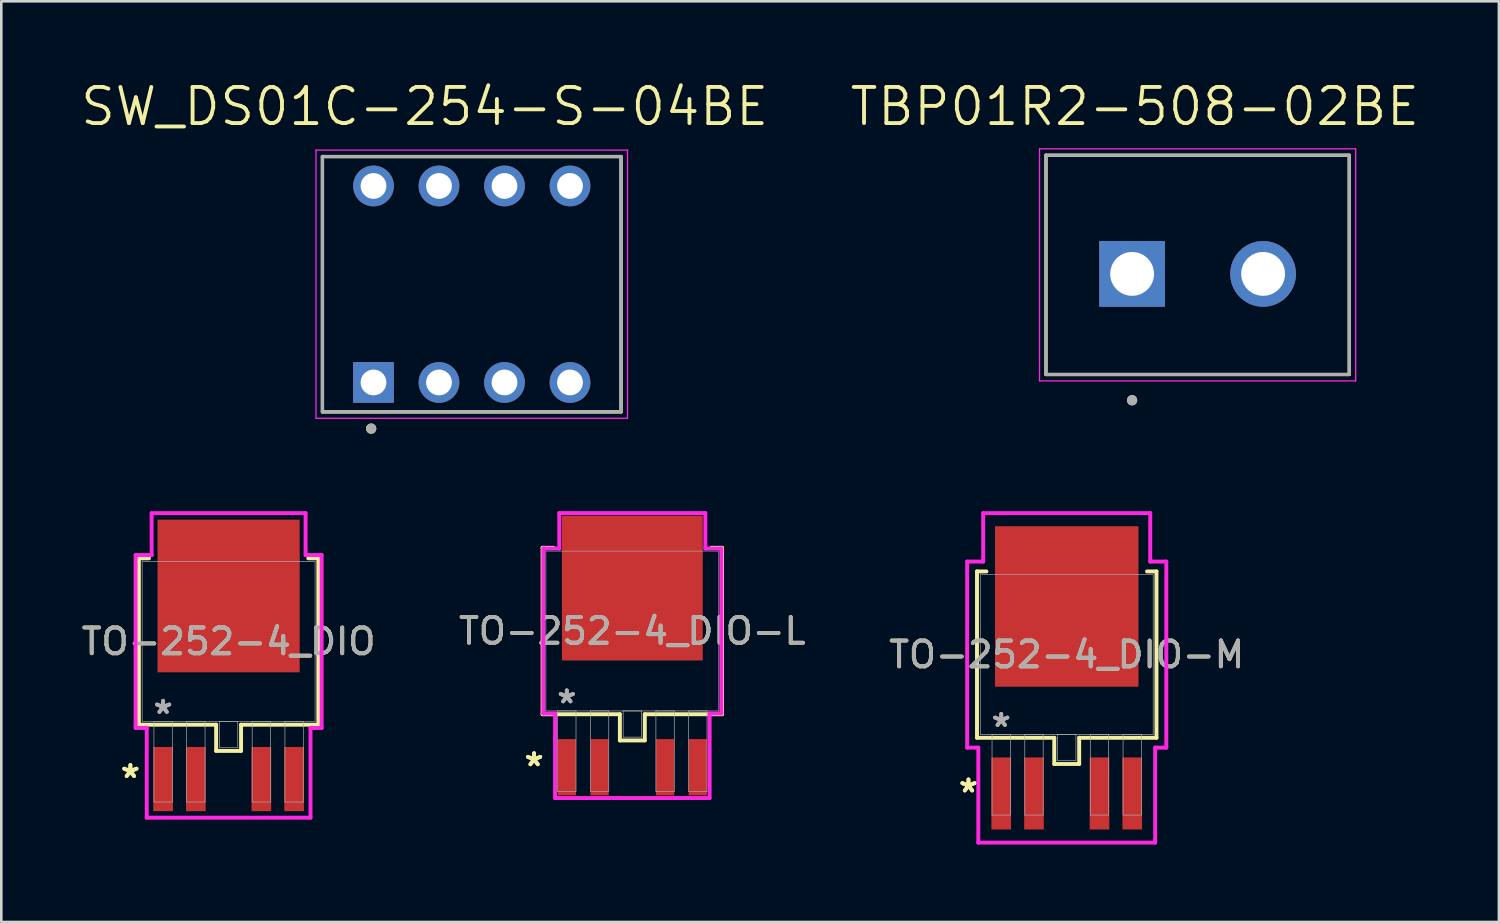
<source format=kicad_pcb>
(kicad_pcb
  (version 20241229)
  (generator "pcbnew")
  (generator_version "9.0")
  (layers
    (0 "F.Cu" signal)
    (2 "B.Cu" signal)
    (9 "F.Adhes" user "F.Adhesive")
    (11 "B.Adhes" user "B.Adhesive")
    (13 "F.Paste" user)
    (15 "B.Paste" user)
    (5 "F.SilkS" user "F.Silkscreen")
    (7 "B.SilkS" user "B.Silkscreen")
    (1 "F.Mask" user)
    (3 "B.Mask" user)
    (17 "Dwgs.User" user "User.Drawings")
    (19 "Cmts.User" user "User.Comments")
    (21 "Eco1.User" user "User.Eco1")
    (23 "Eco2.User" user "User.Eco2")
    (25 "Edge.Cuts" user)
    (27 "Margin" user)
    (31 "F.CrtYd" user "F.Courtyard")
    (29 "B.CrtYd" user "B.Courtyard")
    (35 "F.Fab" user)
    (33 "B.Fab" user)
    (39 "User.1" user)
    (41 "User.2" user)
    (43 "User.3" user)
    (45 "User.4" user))
  (footprint "TO-252-4_DIO-L"
    (layer "F.Cu")
    (at 21.47 21.419)
    (property "Reference" "TO-252-4_DIO-L" (at 0 0 0) (unlocked yes) (layer "F.SilkS") (effects (font (size 1 1) (thickness 0.15))))
    (attr smd)
    (fp_line (start -3.48 -3.226) (end -3.48 3.226) (stroke (width 0.152) (type solid)) (layer "F.SilkS"))
    (fp_line (start -3.48 3.226) (end -0.483 3.226) (stroke (width 0.152) (type solid)) (layer "F.SilkS"))
    (fp_line (start -3.063 -3.226) (end -3.48 -3.226) (stroke (width 0.152) (type solid)) (layer "F.SilkS"))
    (fp_line (start -0.483 3.226) (end -0.483 4.242) (stroke (width 0.152) (type solid)) (layer "F.SilkS"))
    (fp_line (start -0.483 4.242) (end 0.483 4.242) (stroke (width 0.152) (type solid)) (layer "F.SilkS"))
    (fp_line (start 0.483 3.226) (end 3.48 3.226) (stroke (width 0.152) (type solid)) (layer "F.SilkS"))
    (fp_line (start 0.483 4.242) (end 0.483 3.226) (stroke (width 0.152) (type solid)) (layer "F.SilkS"))
    (fp_line (start 3.48 -3.226) (end 3.063 -3.226) (stroke (width 0.152) (type solid)) (layer "F.SilkS"))
    (fp_line (start 3.48 3.226) (end 3.48 -3.226) (stroke (width 0.152) (type solid)) (layer "F.SilkS"))
    (fp_line (start -3.454 -3.2) (end -2.832 -3.2) (stroke (width 0.152) (type solid)) (layer "F.CrtYd"))
    (fp_line (start -3.454 3.2) (end -3.454 -3.2) (stroke (width 0.152) (type solid)) (layer "F.CrtYd"))
    (fp_line (start -2.997 3.2) (end -3.454 3.2) (stroke (width 0.152) (type solid)) (layer "F.CrtYd"))
    (fp_line (start -2.997 6.477) (end -2.997 3.2) (stroke (width 0.152) (type solid)) (layer "F.CrtYd"))
    (fp_line (start -2.832 -4.572) (end 2.832 -4.572) (stroke (width 0.152) (type solid)) (layer "F.CrtYd"))
    (fp_line (start -2.832 -3.2) (end -2.832 -4.572) (stroke (width 0.152) (type solid)) (layer "F.CrtYd"))
    (fp_line (start 2.832 -4.572) (end 2.832 -3.2) (stroke (width 0.152) (type solid)) (layer "F.CrtYd"))
    (fp_line (start 2.832 -3.2) (end 3.454 -3.2) (stroke (width 0.152) (type solid)) (layer "F.CrtYd"))
    (fp_line (start 2.997 3.2) (end 2.997 6.477) (stroke (width 0.152) (type solid)) (layer "F.CrtYd"))
    (fp_line (start 2.997 6.477) (end -2.997 6.477) (stroke (width 0.152) (type solid)) (layer "F.CrtYd"))
    (fp_line (start 3.454 -3.2) (end 3.454 3.2) (stroke (width 0.152) (type solid)) (layer "F.CrtYd"))
    (fp_line (start 3.454 3.2) (end 2.997 3.2) (stroke (width 0.152) (type solid)) (layer "F.CrtYd"))
    (fp_line (start -3.353 -3.099) (end -3.353 3.099) (stroke (width 0.025) (type solid)) (layer "F.Fab"))
    (fp_line (start -3.353 3.099) (end 3.353 3.099) (stroke (width 0.025) (type solid)) (layer "F.Fab"))
    (fp_line (start -2.896 3.099) (end -2.896 6.223) (stroke (width 0.025) (type solid)) (layer "F.Fab"))
    (fp_line (start -2.896 6.223) (end -2.184 6.223) (stroke (width 0.025) (type solid)) (layer "F.Fab"))
    (fp_line (start -2.184 3.099) (end -2.896 3.099) (stroke (width 0.025) (type solid)) (layer "F.Fab"))
    (fp_line (start -2.184 6.223) (end -2.184 3.099) (stroke (width 0.025) (type solid)) (layer "F.Fab"))
    (fp_line (start -1.626 3.099) (end -1.626 6.223) (stroke (width 0.025) (type solid)) (layer "F.Fab"))
    (fp_line (start -1.626 6.223) (end -0.914 6.223) (stroke (width 0.025) (type solid)) (layer "F.Fab"))
    (fp_line (start -0.914 3.099) (end -1.626 3.099) (stroke (width 0.025) (type solid)) (layer "F.Fab"))
    (fp_line (start -0.914 6.223) (end -0.914 3.099) (stroke (width 0.025) (type solid)) (layer "F.Fab"))
    (fp_line (start -0.356 3.099) (end -0.356 4.115) (stroke (width 0.025) (type solid)) (layer "F.Fab"))
    (fp_line (start -0.356 4.115) (end 0.356 4.115) (stroke (width 0.025) (type solid)) (layer "F.Fab"))
    (fp_line (start 0.356 3.099) (end -0.356 3.099) (stroke (width 0.025) (type solid)) (layer "F.Fab"))
    (fp_line (start 0.356 4.115) (end 0.356 3.099) (stroke (width 0.025) (type solid)) (layer "F.Fab"))
    (fp_line (start 0.914 3.099) (end 0.914 6.223) (stroke (width 0.025) (type solid)) (layer "F.Fab"))
    (fp_line (start 0.914 6.223) (end 1.626 6.223) (stroke (width 0.025) (type solid)) (layer "F.Fab"))
    (fp_line (start 1.626 3.099) (end 0.914 3.099) (stroke (width 0.025) (type solid)) (layer "F.Fab"))
    (fp_line (start 1.626 6.223) (end 1.626 3.099) (stroke (width 0.025) (type solid)) (layer "F.Fab"))
    (fp_line (start 2.184 3.099) (end 2.184 6.223) (stroke (width 0.025) (type solid)) (layer "F.Fab"))
    (fp_line (start 2.184 6.223) (end 2.896 6.223) (stroke (width 0.025) (type solid)) (layer "F.Fab"))
    (fp_line (start 2.896 3.099) (end 2.184 3.099) (stroke (width 0.025) (type solid)) (layer "F.Fab"))
    (fp_line (start 2.896 6.223) (end 2.896 3.099) (stroke (width 0.025) (type solid)) (layer "F.Fab"))
    (fp_line (start 3.353 -3.099) (end -3.353 -3.099) (stroke (width 0.025) (type solid)) (layer "F.Fab"))
    (fp_line (start 3.353 3.099) (end 3.353 -3.099) (stroke (width 0.025) (type solid)) (layer "F.Fab"))
    (fp_text user "*" (at -3.81 5.283 0) (layer "F.SilkS") (effects (font (size 1 1) (thickness 0.15))))
    (fp_text user "*" (at -3.81 5.283 0) (unlocked yes) (layer "F.SilkS") (effects (font (size 1 1) (thickness 0.15))))
    (fp_text user "*" (at -2.54 2.845 0) (layer "F.Fab") (effects (font (size 1 1) (thickness 0.15))))
    (fp_text user "${REFERENCE}" (at 0 0 0) (unlocked yes) (layer "F.Fab") (effects (font (size 1 1) (thickness 0.15))))
    (fp_text user "*" (at -2.54 2.845 0) (unlocked yes) (layer "F.Fab") (effects (font (size 1 1) (thickness 0.15))))
    (pad "1" smd rect (at -2.54 5.283) (size 0.711 2.184) (layers "F.Cu" "F.Mask" "F.Paste"))
    (pad "2" smd rect (at -1.27 5.283) (size 0.711 2.184) (layers "F.Cu" "F.Mask" "F.Paste"))
    (pad "3" smd rect (at 0 -1.664) (size 5.461 5.613) (layers "F.Cu" "F.Mask" "F.Paste"))
    (pad "4" smd rect (at 1.27 5.283) (size 0.711 2.184) (layers "F.Cu" "F.Mask" "F.Paste"))
    (pad "5" smd rect (at 2.54 5.283) (size 0.711 2.184) (layers "F.Cu" "F.Mask" "F.Paste")))
  (footprint "TO-252-4_DIO-M"
    (layer "F.Cu")
    (at 38.315 22.334)
    (property "Reference" "TO-252-4_DIO-M" (at 0 0 0) (unlocked yes) (layer "F.SilkS") (effects (font (size 1 1) (thickness 0.15))))
    (attr smd)
    (fp_line (start -3.48 -3.226) (end -3.48 3.226) (stroke (width 0.152) (type solid)) (layer "F.SilkS"))
    (fp_line (start -3.48 3.226) (end -0.483 3.226) (stroke (width 0.152) (type solid)) (layer "F.SilkS"))
    (fp_line (start -3.114 -3.226) (end -3.48 -3.226) (stroke (width 0.152) (type solid)) (layer "F.SilkS"))
    (fp_line (start -0.483 3.226) (end -0.483 4.242) (stroke (width 0.152) (type solid)) (layer "F.SilkS"))
    (fp_line (start -0.483 4.242) (end 0.483 4.242) (stroke (width 0.152) (type solid)) (layer "F.SilkS"))
    (fp_line (start 0.483 3.226) (end 3.48 3.226) (stroke (width 0.152) (type solid)) (layer "F.SilkS"))
    (fp_line (start 0.483 4.242) (end 0.483 3.226) (stroke (width 0.152) (type solid)) (layer "F.SilkS"))
    (fp_line (start 3.48 -3.226) (end 3.114 -3.226) (stroke (width 0.152) (type solid)) (layer "F.SilkS"))
    (fp_line (start 3.48 3.226) (end 3.48 -3.226) (stroke (width 0.152) (type solid)) (layer "F.SilkS"))
    (fp_line (start -3.861 -3.607) (end -3.239 -3.607) (stroke (width 0.152) (type solid)) (layer "F.CrtYd"))
    (fp_line (start -3.861 3.607) (end -3.861 -3.607) (stroke (width 0.152) (type solid)) (layer "F.CrtYd"))
    (fp_line (start -3.429 3.607) (end -3.861 3.607) (stroke (width 0.152) (type solid)) (layer "F.CrtYd"))
    (fp_line (start -3.429 7.29) (end -3.429 3.607) (stroke (width 0.152) (type solid)) (layer "F.CrtYd"))
    (fp_line (start -3.239 -5.486) (end 3.239 -5.486) (stroke (width 0.152) (type solid)) (layer "F.CrtYd"))
    (fp_line (start -3.239 -3.607) (end -3.239 -5.486) (stroke (width 0.152) (type solid)) (layer "F.CrtYd"))
    (fp_line (start 3.239 -5.486) (end 3.239 -3.607) (stroke (width 0.152) (type solid)) (layer "F.CrtYd"))
    (fp_line (start 3.239 -3.607) (end 3.861 -3.607) (stroke (width 0.152) (type solid)) (layer "F.CrtYd"))
    (fp_line (start 3.429 3.607) (end 3.429 7.29) (stroke (width 0.152) (type solid)) (layer "F.CrtYd"))
    (fp_line (start 3.429 7.29) (end -3.429 7.29) (stroke (width 0.152) (type solid)) (layer "F.CrtYd"))
    (fp_line (start 3.861 -3.607) (end 3.861 3.607) (stroke (width 0.152) (type solid)) (layer "F.CrtYd"))
    (fp_line (start 3.861 3.607) (end 3.429 3.607) (stroke (width 0.152) (type solid)) (layer "F.CrtYd"))
    (fp_line (start -3.353 -3.099) (end -3.353 3.099) (stroke (width 0.025) (type solid)) (layer "F.Fab"))
    (fp_line (start -3.353 3.099) (end 3.353 3.099) (stroke (width 0.025) (type solid)) (layer "F.Fab"))
    (fp_line (start -2.896 3.099) (end -2.896 6.223) (stroke (width 0.025) (type solid)) (layer "F.Fab"))
    (fp_line (start -2.896 6.223) (end -2.184 6.223) (stroke (width 0.025) (type solid)) (layer "F.Fab"))
    (fp_line (start -2.184 3.099) (end -2.896 3.099) (stroke (width 0.025) (type solid)) (layer "F.Fab"))
    (fp_line (start -2.184 6.223) (end -2.184 3.099) (stroke (width 0.025) (type solid)) (layer "F.Fab"))
    (fp_line (start -1.626 3.099) (end -1.626 6.223) (stroke (width 0.025) (type solid)) (layer "F.Fab"))
    (fp_line (start -1.626 6.223) (end -0.914 6.223) (stroke (width 0.025) (type solid)) (layer "F.Fab"))
    (fp_line (start -0.914 3.099) (end -1.626 3.099) (stroke (width 0.025) (type solid)) (layer "F.Fab"))
    (fp_line (start -0.914 6.223) (end -0.914 3.099) (stroke (width 0.025) (type solid)) (layer "F.Fab"))
    (fp_line (start -0.356 3.099) (end -0.356 4.115) (stroke (width 0.025) (type solid)) (layer "F.Fab"))
    (fp_line (start -0.356 4.115) (end 0.356 4.115) (stroke (width 0.025) (type solid)) (layer "F.Fab"))
    (fp_line (start 0.356 3.099) (end -0.356 3.099) (stroke (width 0.025) (type solid)) (layer "F.Fab"))
    (fp_line (start 0.356 4.115) (end 0.356 3.099) (stroke (width 0.025) (type solid)) (layer "F.Fab"))
    (fp_line (start 0.914 3.099) (end 0.914 6.223) (stroke (width 0.025) (type solid)) (layer "F.Fab"))
    (fp_line (start 0.914 6.223) (end 1.626 6.223) (stroke (width 0.025) (type solid)) (layer "F.Fab"))
    (fp_line (start 1.626 3.099) (end 0.914 3.099) (stroke (width 0.025) (type solid)) (layer "F.Fab"))
    (fp_line (start 1.626 6.223) (end 1.626 3.099) (stroke (width 0.025) (type solid)) (layer "F.Fab"))
    (fp_line (start 2.184 3.099) (end 2.184 6.223) (stroke (width 0.025) (type solid)) (layer "F.Fab"))
    (fp_line (start 2.184 6.223) (end 2.896 6.223) (stroke (width 0.025) (type solid)) (layer "F.Fab"))
    (fp_line (start 2.896 3.099) (end 2.184 3.099) (stroke (width 0.025) (type solid)) (layer "F.Fab"))
    (fp_line (start 2.896 6.223) (end 2.896 3.099) (stroke (width 0.025) (type solid)) (layer "F.Fab"))
    (fp_line (start 3.353 -3.099) (end -3.353 -3.099) (stroke (width 0.025) (type solid)) (layer "F.Fab"))
    (fp_line (start 3.353 3.099) (end 3.353 -3.099) (stroke (width 0.025) (type solid)) (layer "F.Fab"))
    (fp_text user "*" (at -3.81 5.385 0) (layer "F.SilkS") (effects (font (size 1 1) (thickness 0.15))))
    (fp_text user "*" (at -3.81 5.385 0) (unlocked yes) (layer "F.SilkS") (effects (font (size 1 1) (thickness 0.15))))
    (fp_text user "*" (at -2.54 2.845 0) (layer "F.Fab") (effects (font (size 1 1) (thickness 0.15))))
    (fp_text user "*" (at -2.54 2.845 0) (unlocked yes) (layer "F.Fab") (effects (font (size 1 1) (thickness 0.15))))
    (fp_text user "${REFERENCE}" (at 0 0 0) (unlocked yes) (layer "F.Fab") (effects (font (size 1 1) (thickness 0.15))))
    (pad "1" smd rect (at -2.54 5.385) (size 0.762 2.794) (layers "F.Cu" "F.Mask" "F.Paste"))
    (pad "2" smd rect (at -1.27 5.385) (size 0.762 2.794) (layers "F.Cu" "F.Mask" "F.Paste"))
    (pad "3" smd rect (at 0 -1.867) (size 5.563 6.223) (layers "F.Cu" "F.Mask" "F.Paste"))
    (pad "4" smd rect (at 1.27 5.385) (size 0.762 2.794) (layers "F.Cu" "F.Mask" "F.Paste"))
    (pad "5" smd rect (at 2.54 5.385) (size 0.762 2.794) (layers "F.Cu" "F.Mask" "F.Paste")))
  (footprint "SW_DS01C-254-S-04BE"
    (layer "F.Cu")
    (at 15.243 7.971)
    (property "Reference" "SW_DS01C-254-S-04BE" (at -1.825 -6.889 0) (layer "F.SilkS") (effects (font (size 1.4 1.4) (thickness 0.15))))
    (attr through_hole)
    (fp_line (start -5.79 -4.95) (end 5.79 -4.95) (stroke (width 0.127) (type solid)) (layer "F.SilkS"))
    (fp_line (start -5.79 4.95) (end -5.79 -4.95) (stroke (width 0.127) (type solid)) (layer "F.SilkS"))
    (fp_line (start 5.79 -4.95) (end 5.79 4.95) (stroke (width 0.127) (type solid)) (layer "F.SilkS"))
    (fp_line (start 5.79 4.95) (end -5.79 4.95) (stroke (width 0.127) (type solid)) (layer "F.SilkS"))
    (fp_circle (center -3.9 5.6) (end -3.8 5.6) (stroke (width 0.2) (type solid)) (fill no) (layer "F.SilkS"))
    (fp_line (start -6.04 -5.2) (end -6.04 5.2) (stroke (width 0.05) (type solid)) (layer "F.CrtYd"))
    (fp_line (start -6.04 5.2) (end 6.04 5.2) (stroke (width 0.05) (type solid)) (layer "F.CrtYd"))
    (fp_line (start 6.04 -5.2) (end -6.04 -5.2) (stroke (width 0.05) (type solid)) (layer "F.CrtYd"))
    (fp_line (start 6.04 5.2) (end 6.04 -5.2) (stroke (width 0.05) (type solid)) (layer "F.CrtYd"))
    (fp_line (start -5.79 -4.95) (end 5.79 -4.95) (stroke (width 0.127) (type solid)) (layer "F.Fab"))
    (fp_line (start -5.79 4.95) (end -5.79 -4.95) (stroke (width 0.127) (type solid)) (layer "F.Fab"))
    (fp_line (start 5.79 -4.95) (end 5.79 4.95) (stroke (width 0.127) (type solid)) (layer "F.Fab"))
    (fp_line (start 5.79 4.95) (end -5.79 4.95) (stroke (width 0.127) (type solid)) (layer "F.Fab"))
    (fp_circle (center -3.9 5.6) (end -3.8 5.6) (stroke (width 0.2) (type solid)) (fill no) (layer "F.Fab"))
    (pad "1A" thru_hole rect (at -3.81 3.81) (size 1.58 1.58) (drill 1) (layers "*.Cu" "*.Mask"))
    (pad "1B" thru_hole circle (at -3.81 -3.81) (size 1.58 1.58) (drill 1) (layers "*.Cu" "*.Mask"))
    (pad "2A" thru_hole circle (at -1.27 3.81) (size 1.58 1.58) (drill 1) (layers "*.Cu" "*.Mask"))
    (pad "2B" thru_hole circle (at -1.27 -3.81) (size 1.58 1.58) (drill 1) (layers "*.Cu" "*.Mask"))
    (pad "3A" thru_hole circle (at 1.27 3.81) (size 1.58 1.58) (drill 1) (layers "*.Cu" "*.Mask"))
    (pad "3B" thru_hole circle (at 1.27 -3.81) (size 1.58 1.58) (drill 1) (layers "*.Cu" "*.Mask"))
    (pad "4A" thru_hole circle (at 3.81 3.81) (size 1.58 1.58) (drill 1) (layers "*.Cu" "*.Mask"))
    (pad "4B" thru_hole circle (at 3.81 -3.81) (size 1.58 1.58) (drill 1) (layers "*.Cu" "*.Mask")))
  (footprint "TBP01R2-508-02BE"
    (layer "F.Cu")
    (at 40.85 7.571)
    (property "Reference" "TBP01R2-508-02BE" (at 0.105 -6.489 0) (layer "F.SilkS") (effects (font (size 1.4 1.4) (thickness 0.15))))
    (attr through_hole)
    (fp_line (start -3.34 -4.6) (end 8.42 -4.6) (stroke (width 0.127) (type solid)) (layer "F.SilkS"))
    (fp_line (start -3.34 3.9) (end -3.34 -4.6) (stroke (width 0.127) (type solid)) (layer "F.SilkS"))
    (fp_line (start 8.42 -4.6) (end 8.42 3.9) (stroke (width 0.127) (type solid)) (layer "F.SilkS"))
    (fp_line (start 8.42 3.9) (end -3.34 3.9) (stroke (width 0.127) (type solid)) (layer "F.SilkS"))
    (fp_circle (center 0 4.9) (end 0.1 4.9) (stroke (width 0.2) (type solid)) (fill no) (layer "F.SilkS"))
    (fp_line (start -3.59 -4.85) (end 8.67 -4.85) (stroke (width 0.05) (type solid)) (layer "F.CrtYd"))
    (fp_line (start -3.59 4.15) (end -3.59 -4.85) (stroke (width 0.05) (type solid)) (layer "F.CrtYd"))
    (fp_line (start 8.67 -4.85) (end 8.67 4.15) (stroke (width 0.05) (type solid)) (layer "F.CrtYd"))
    (fp_line (start 8.67 4.15) (end -3.59 4.15) (stroke (width 0.05) (type solid)) (layer "F.CrtYd"))
    (fp_line (start -3.34 -4.6) (end 8.42 -4.6) (stroke (width 0.127) (type solid)) (layer "F.Fab"))
    (fp_line (start -3.34 3.9) (end -3.34 -4.6) (stroke (width 0.127) (type solid)) (layer "F.Fab"))
    (fp_line (start 8.42 -4.6) (end 8.42 3.9) (stroke (width 0.127) (type solid)) (layer "F.Fab"))
    (fp_line (start 8.42 3.9) (end -3.34 3.9) (stroke (width 0.127) (type solid)) (layer "F.Fab"))
    (fp_circle (center 0 4.9) (end 0.1 4.9) (stroke (width 0.2) (type solid)) (fill no) (layer "F.Fab"))
    (pad "1" thru_hole rect (at 0 0) (size 2.55 2.55) (drill 1.7) (layers "*.Cu" "*.Mask"))
    (pad "2" thru_hole circle (at 5.08 0) (size 2.55 2.55) (drill 1.7) (layers "*.Cu" "*.Mask")))
  (footprint "TO-252-4_DIO"
    (layer "F.Cu")
    (at 5.815 21.826)
    (property "Reference" "TO-252-4_DIO" (at 0 0 0) (unlocked yes) (layer "F.SilkS") (effects (font (size 1 1) (thickness 0.15))))
    (attr smd)
    (fp_line (start -3.48 -3.226) (end -3.48 3.226) (stroke (width 0.152) (type solid)) (layer "F.SilkS"))
    (fp_line (start -3.48 3.226) (end -0.483 3.226) (stroke (width 0.152) (type solid)) (layer "F.SilkS"))
    (fp_line (start -3.089 -3.226) (end -3.48 -3.226) (stroke (width 0.152) (type solid)) (layer "F.SilkS"))
    (fp_line (start -0.483 3.226) (end -0.483 4.242) (stroke (width 0.152) (type solid)) (layer "F.SilkS"))
    (fp_line (start -0.483 4.242) (end 0.483 4.242) (stroke (width 0.152) (type solid)) (layer "F.SilkS"))
    (fp_line (start 0.483 3.226) (end 3.48 3.226) (stroke (width 0.152) (type solid)) (layer "F.SilkS"))
    (fp_line (start 0.483 4.242) (end 0.483 3.226) (stroke (width 0.152) (type solid)) (layer "F.SilkS"))
    (fp_line (start 3.48 -3.226) (end 3.089 -3.226) (stroke (width 0.152) (type solid)) (layer "F.SilkS"))
    (fp_line (start 3.48 3.226) (end 3.48 -3.226) (stroke (width 0.152) (type solid)) (layer "F.SilkS"))
    (fp_line (start -3.607 -3.353) (end -2.985 -3.353) (stroke (width 0.152) (type solid)) (layer "F.CrtYd"))
    (fp_line (start -3.607 3.353) (end -3.607 -3.353) (stroke (width 0.152) (type solid)) (layer "F.CrtYd"))
    (fp_line (start -3.175 3.353) (end -3.607 3.353) (stroke (width 0.152) (type solid)) (layer "F.CrtYd"))
    (fp_line (start -3.175 6.833) (end -3.175 3.353) (stroke (width 0.152) (type solid)) (layer "F.CrtYd"))
    (fp_line (start -2.985 -4.978) (end 2.985 -4.978) (stroke (width 0.152) (type solid)) (layer "F.CrtYd"))
    (fp_line (start -2.985 -3.353) (end -2.985 -4.978) (stroke (width 0.152) (type solid)) (layer "F.CrtYd"))
    (fp_line (start 2.985 -4.978) (end 2.985 -3.353) (stroke (width 0.152) (type solid)) (layer "F.CrtYd"))
    (fp_line (start 2.985 -3.353) (end 3.607 -3.353) (stroke (width 0.152) (type solid)) (layer "F.CrtYd"))
    (fp_line (start 3.175 3.353) (end 3.175 6.833) (stroke (width 0.152) (type solid)) (layer "F.CrtYd"))
    (fp_line (start 3.175 6.833) (end -3.175 6.833) (stroke (width 0.152) (type solid)) (layer "F.CrtYd"))
    (fp_line (start 3.607 -3.353) (end 3.607 3.353) (stroke (width 0.152) (type solid)) (layer "F.CrtYd"))
    (fp_line (start 3.607 3.353) (end 3.175 3.353) (stroke (width 0.152) (type solid)) (layer "F.CrtYd"))
    (fp_line (start -3.353 -3.099) (end -3.353 3.099) (stroke (width 0.025) (type solid)) (layer "F.Fab"))
    (fp_line (start -3.353 3.099) (end 3.353 3.099) (stroke (width 0.025) (type solid)) (layer "F.Fab"))
    (fp_line (start -2.896 3.099) (end -2.896 6.223) (stroke (width 0.025) (type solid)) (layer "F.Fab"))
    (fp_line (start -2.896 6.223) (end -2.184 6.223) (stroke (width 0.025) (type solid)) (layer "F.Fab"))
    (fp_line (start -2.184 3.099) (end -2.896 3.099) (stroke (width 0.025) (type solid)) (layer "F.Fab"))
    (fp_line (start -2.184 6.223) (end -2.184 3.099) (stroke (width 0.025) (type solid)) (layer "F.Fab"))
    (fp_line (start -1.626 3.099) (end -1.626 6.223) (stroke (width 0.025) (type solid)) (layer "F.Fab"))
    (fp_line (start -1.626 6.223) (end -0.914 6.223) (stroke (width 0.025) (type solid)) (layer "F.Fab"))
    (fp_line (start -0.914 3.099) (end -1.626 3.099) (stroke (width 0.025) (type solid)) (layer "F.Fab"))
    (fp_line (start -0.914 6.223) (end -0.914 3.099) (stroke (width 0.025) (type solid)) (layer "F.Fab"))
    (fp_line (start -0.356 3.099) (end -0.356 4.115) (stroke (width 0.025) (type solid)) (layer "F.Fab"))
    (fp_line (start -0.356 4.115) (end 0.356 4.115) (stroke (width 0.025) (type solid)) (layer "F.Fab"))
    (fp_line (start 0.356 3.099) (end -0.356 3.099) (stroke (width 0.025) (type solid)) (layer "F.Fab"))
    (fp_line (start 0.356 4.115) (end 0.356 3.099) (stroke (width 0.025) (type solid)) (layer "F.Fab"))
    (fp_line (start 0.914 3.099) (end 0.914 6.223) (stroke (width 0.025) (type solid)) (layer "F.Fab"))
    (fp_line (start 0.914 6.223) (end 1.626 6.223) (stroke (width 0.025) (type solid)) (layer "F.Fab"))
    (fp_line (start 1.626 3.099) (end 0.914 3.099) (stroke (width 0.025) (type solid)) (layer "F.Fab"))
    (fp_line (start 1.626 6.223) (end 1.626 3.099) (stroke (width 0.025) (type solid)) (layer "F.Fab"))
    (fp_line (start 2.184 3.099) (end 2.184 6.223) (stroke (width 0.025) (type solid)) (layer "F.Fab"))
    (fp_line (start 2.184 6.223) (end 2.896 6.223) (stroke (width 0.025) (type solid)) (layer "F.Fab"))
    (fp_line (start 2.896 3.099) (end 2.184 3.099) (stroke (width 0.025) (type solid)) (layer "F.Fab"))
    (fp_line (start 2.896 6.223) (end 2.896 3.099) (stroke (width 0.025) (type solid)) (layer "F.Fab"))
    (fp_line (start 3.353 -3.099) (end -3.353 -3.099) (stroke (width 0.025) (type solid)) (layer "F.Fab"))
    (fp_line (start 3.353 3.099) (end 3.353 -3.099) (stroke (width 0.025) (type solid)) (layer "F.Fab"))
    (fp_text user "*" (at -3.81 5.334 0) (layer "F.SilkS") (effects (font (size 1 1) (thickness 0.15))))
    (fp_text user "*" (at -3.81 5.334 0) (unlocked yes) (layer "F.SilkS") (effects (font (size 1 1) (thickness 0.15))))
    (fp_text user "${REFERENCE}" (at 0 0 0) (unlocked yes) (layer "F.Fab") (effects (font (size 1 1) (thickness 0.15))))
    (fp_text user "*" (at -2.54 2.845 0) (unlocked yes) (layer "F.Fab") (effects (font (size 1 1) (thickness 0.15))))
    (fp_text user "*" (at -2.54 2.845 0) (layer "F.Fab") (effects (font (size 1 1) (thickness 0.15))))
    (pad "1" smd rect (at -2.54 5.334) (size 0.762 2.489) (layers "F.Cu" "F.Mask" "F.Paste"))
    (pad "2" smd rect (at -1.27 5.334) (size 0.762 2.489) (layers "F.Cu" "F.Mask" "F.Paste"))
    (pad "3" smd rect (at 0 -1.765) (size 5.512 5.918) (layers "F.Cu" "F.Mask" "F.Paste"))
    (pad "4" smd rect (at 1.27 5.334) (size 0.762 2.489) (layers "F.Cu" "F.Mask" "F.Paste"))
    (pad "5" smd rect (at 2.54 5.334) (size 0.762 2.489) (layers "F.Cu" "F.Mask" "F.Paste")))
  (gr_rect
    (start -3 -3)
    (end 55.073 32.7)
    (stroke (width 0.1) (type default))
    (fill no)
    (layer "Edge.Cuts")))
</source>
